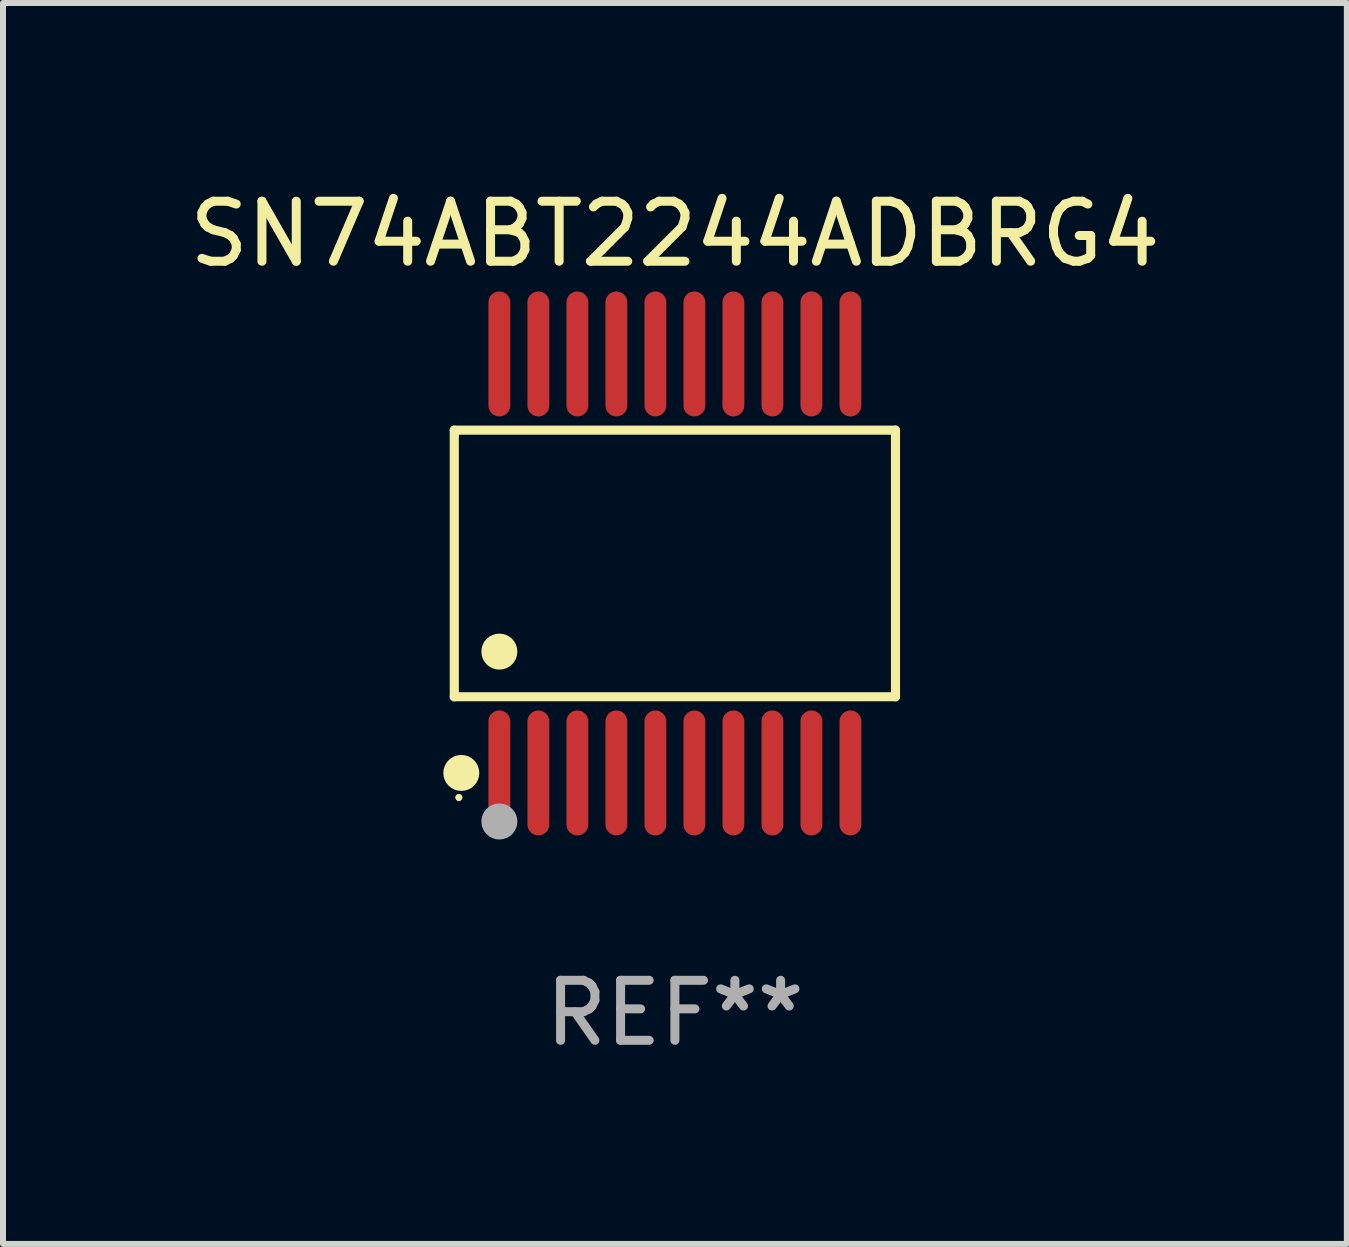
<source format=kicad_pcb>
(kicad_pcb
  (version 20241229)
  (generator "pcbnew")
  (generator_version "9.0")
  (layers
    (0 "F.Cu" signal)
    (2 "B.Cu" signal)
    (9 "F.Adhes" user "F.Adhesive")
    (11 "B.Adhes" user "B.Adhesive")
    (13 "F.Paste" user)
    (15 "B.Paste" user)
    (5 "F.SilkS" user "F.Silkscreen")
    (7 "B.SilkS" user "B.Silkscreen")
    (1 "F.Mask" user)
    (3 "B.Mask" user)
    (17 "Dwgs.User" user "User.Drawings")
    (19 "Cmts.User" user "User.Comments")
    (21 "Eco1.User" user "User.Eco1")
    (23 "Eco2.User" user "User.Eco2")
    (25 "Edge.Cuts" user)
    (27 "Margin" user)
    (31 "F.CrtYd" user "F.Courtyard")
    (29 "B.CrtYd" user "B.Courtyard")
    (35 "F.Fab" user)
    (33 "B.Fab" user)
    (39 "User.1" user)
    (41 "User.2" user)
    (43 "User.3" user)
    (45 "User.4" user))
  (footprint "SN74ABT2244ADBRG4"
    (layer "F.Cu")
    (at 8.196 6.339)
    (property "Reference" "SN74ABT2244ADBRG4" (at 0 -5.491 0) (layer "F.SilkS") (effects (font (size 1 1) (thickness 0.15))))
    (attr through_hole)
    (fp_line (start -3.676 -2.221) (end 3.676 -2.221) (stroke (width 0.152) (type solid)) (layer "F.SilkS"))
    (fp_line (start -3.676 2.221) (end -3.676 -2.221) (stroke (width 0.152) (type solid)) (layer "F.SilkS"))
    (fp_line (start 3.676 -2.221) (end 3.676 2.221) (stroke (width 0.152) (type solid)) (layer "F.SilkS"))
    (fp_line (start 3.676 2.221) (end -3.676 2.221) (stroke (width 0.152) (type solid)) (layer "F.SilkS"))
    (fp_circle (center -3.6 3.9) (end -3.57 3.9) (stroke (width 0.06) (type solid)) (fill no) (layer "F.SilkS"))
    (fp_circle (center -3.559 3.491) (end -3.409 3.491) (stroke (width 0.3) (type solid)) (fill no) (layer "F.SilkS"))
    (fp_circle (center -2.925 1.469) (end -2.775 1.469) (stroke (width 0.3) (type solid)) (fill no) (layer "F.SilkS"))
    (fp_circle (center -2.925 4.3) (end -2.775 4.3) (stroke (width 0.3) (type solid)) (fill no) (layer "F.Fab"))
    (fp_text user "REF**" (at 0 7.491 0) (layer "F.Fab") (effects (font (size 1 1) (thickness 0.15))))
    (pad "1" smd oval (at -2.925 3.491) (size 0.364 2.082) (layers "F.Cu" "F.Mask" "F.Paste"))
    (pad "2" smd oval (at -2.275 3.491) (size 0.364 2.082) (layers "F.Cu" "F.Mask" "F.Paste"))
    (pad "3" smd oval (at -1.625 3.491) (size 0.364 2.082) (layers "F.Cu" "F.Mask" "F.Paste"))
    (pad "4" smd oval (at -0.975 3.491) (size 0.364 2.082) (layers "F.Cu" "F.Mask" "F.Paste"))
    (pad "5" smd oval (at -0.325 3.491) (size 0.364 2.082) (layers "F.Cu" "F.Mask" "F.Paste"))
    (pad "6" smd oval (at 0.325 3.491) (size 0.364 2.082) (layers "F.Cu" "F.Mask" "F.Paste"))
    (pad "7" smd oval (at 0.975 3.491) (size 0.364 2.082) (layers "F.Cu" "F.Mask" "F.Paste"))
    (pad "8" smd oval (at 1.625 3.491) (size 0.364 2.082) (layers "F.Cu" "F.Mask" "F.Paste"))
    (pad "9" smd oval (at 2.275 3.491) (size 0.364 2.082) (layers "F.Cu" "F.Mask" "F.Paste"))
    (pad "10" smd oval (at 2.925 3.491) (size 0.364 2.082) (layers "F.Cu" "F.Mask" "F.Paste"))
    (pad "11" smd oval (at 2.925 -3.491) (size 0.364 2.082) (layers "F.Cu" "F.Mask" "F.Paste"))
    (pad "12" smd oval (at 2.275 -3.491) (size 0.364 2.082) (layers "F.Cu" "F.Mask" "F.Paste"))
    (pad "13" smd oval (at 1.625 -3.491) (size 0.364 2.082) (layers "F.Cu" "F.Mask" "F.Paste"))
    (pad "14" smd oval (at 0.975 -3.491) (size 0.364 2.082) (layers "F.Cu" "F.Mask" "F.Paste"))
    (pad "15" smd oval (at 0.325 -3.491) (size 0.364 2.082) (layers "F.Cu" "F.Mask" "F.Paste"))
    (pad "16" smd oval (at -0.325 -3.491) (size 0.364 2.082) (layers "F.Cu" "F.Mask" "F.Paste"))
    (pad "17" smd oval (at -0.975 -3.491) (size 0.364 2.082) (layers "F.Cu" "F.Mask" "F.Paste"))
    (pad "18" smd oval (at -1.625 -3.491) (size 0.364 2.082) (layers "F.Cu" "F.Mask" "F.Paste"))
    (pad "19" smd oval (at -2.275 -3.491) (size 0.364 2.082) (layers "F.Cu" "F.Mask" "F.Paste"))
    (pad "20" smd oval (at -2.925 -3.491) (size 0.364 2.082) (layers "F.Cu" "F.Mask" "F.Paste")))
  (gr_rect
    (start -3 -3)
    (end 19.393 17.678)
    (stroke (width 0.1) (type default))
    (fill no)
    (layer "Edge.Cuts")))
</source>
